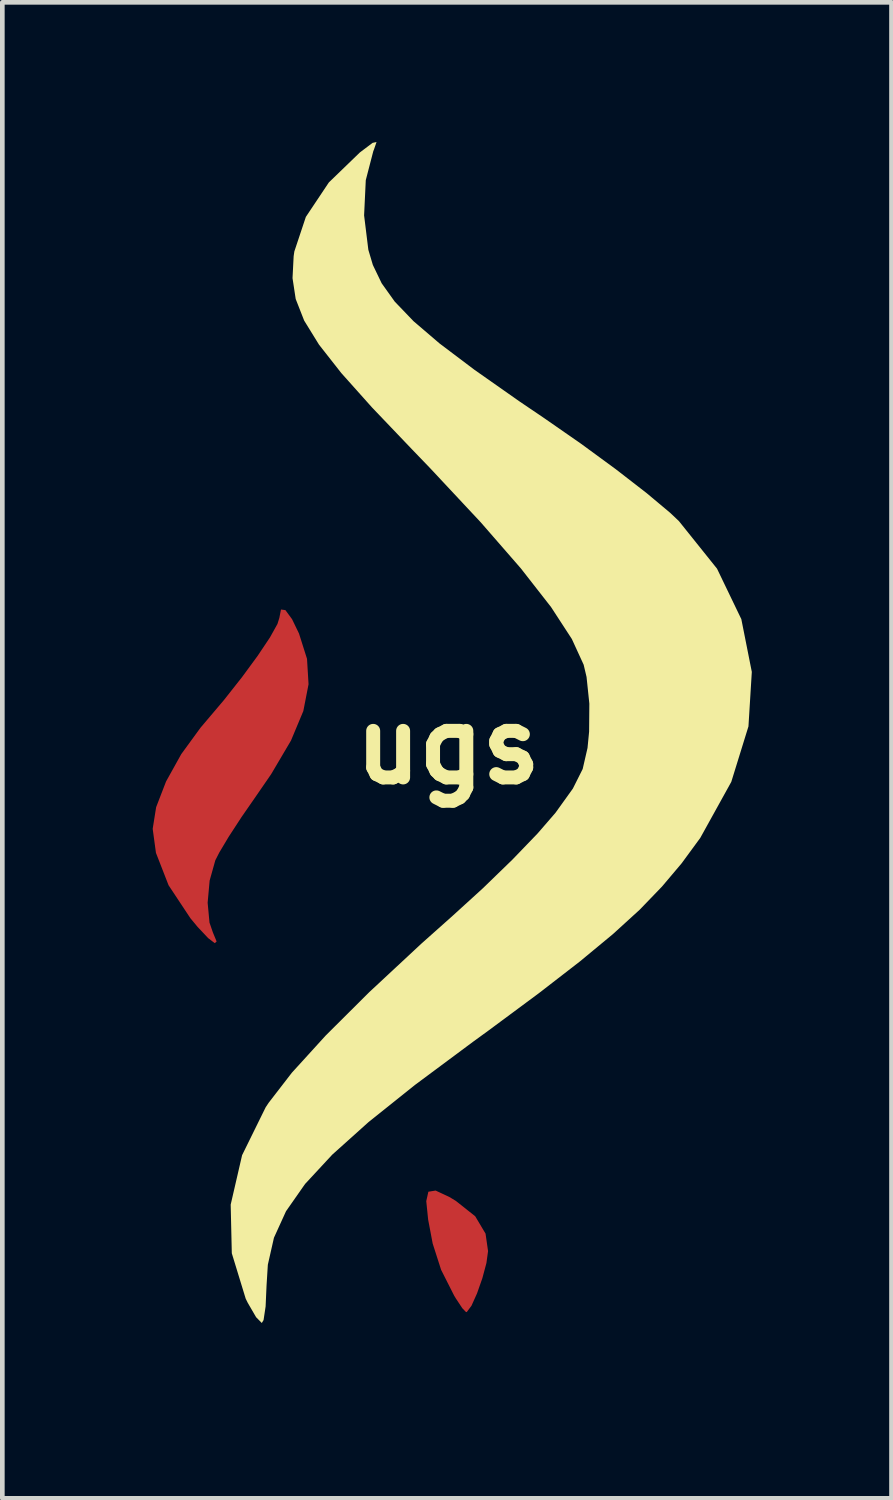
<source format=kicad_pcb>
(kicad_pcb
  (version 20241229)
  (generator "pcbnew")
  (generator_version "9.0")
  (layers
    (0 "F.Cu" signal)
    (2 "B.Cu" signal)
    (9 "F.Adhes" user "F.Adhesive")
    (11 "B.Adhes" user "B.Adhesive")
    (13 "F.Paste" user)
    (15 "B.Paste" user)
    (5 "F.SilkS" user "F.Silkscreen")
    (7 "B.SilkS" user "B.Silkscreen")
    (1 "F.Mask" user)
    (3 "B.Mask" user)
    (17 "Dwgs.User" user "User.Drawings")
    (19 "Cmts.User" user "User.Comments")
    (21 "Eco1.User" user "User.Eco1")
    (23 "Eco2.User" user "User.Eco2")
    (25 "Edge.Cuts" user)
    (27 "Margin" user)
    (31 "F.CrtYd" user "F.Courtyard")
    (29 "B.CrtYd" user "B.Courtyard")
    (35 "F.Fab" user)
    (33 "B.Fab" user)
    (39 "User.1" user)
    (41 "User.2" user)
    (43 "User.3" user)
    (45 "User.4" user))
  (footprint "ugs"
    (layer "F.Cu")
    (at 6.571 12.967)
    (property "Reference" "ugs" (at 0 0 0) (layer "F.SilkS") (effects (font (size 1.5 1.5) (thickness 0.3))))
    (attr board_only exclude_from_pos_files exclude_from_bom)
    (fp_poly (pts (xy 0.023 9.685) (xy 0.168 9.772) (xy 0.584 10.102) (xy 0.806 10.475) (xy 0.86 10.85) (xy 0.825 11.106) (xy 0.738 11.431) (xy 0.623 11.759) (xy 0.504 12.023) (xy 0.405 12.156) (xy 0.388 12.161) (xy 0.307 12.077) (xy 0.169 11.868) (xy 0.132 11.807) (xy -0.148 11.253) (xy -0.329 10.689) (xy -0.427 10.172) (xy -0.467 9.777) (xy -0.422 9.575) (xy -0.266 9.55)) (stroke (width 0) (type solid)) (fill yes) (layer "F.Cu"))
    (fp_poly (pts (xy -3.492 -2.915) (xy -3.349 -2.72) (xy -3.2 -2.412) (xy -3.028 -1.869) (xy -2.995 -1.323) (xy -3.107 -0.748) (xy -3.372 -0.114) (xy -3.798 0.608) (xy -4.129 1.089) (xy -4.436 1.532) (xy -4.709 1.951) (xy -4.912 2.291) (xy -4.997 2.458) (xy -5.119 2.893) (xy -5.162 3.369) (xy -5.122 3.796) (xy -5.049 4.008) (xy -4.969 4.201) (xy -5.009 4.237) (xy -5.151 4.129) (xy -5.377 3.889) (xy -5.532 3.702) (xy -6.001 2.994) (xy -6.272 2.298) (xy -6.342 1.782) (xy -6.268 1.317) (xy -6.055 0.765) (xy -5.728 0.177) (xy -5.314 -0.391) (xy -5.223 -0.498) (xy -4.81 -0.986) (xy -4.422 -1.478) (xy -4.086 -1.936) (xy -3.824 -2.328) (xy -3.663 -2.617) (xy -3.622 -2.748) (xy -3.587 -2.928)) (stroke (width 0) (type solid)) (fill yes) (layer "F.Cu"))
    (fp_poly (pts (xy 0.023 9.685) (xy 0.168 9.772) (xy 0.584 10.102) (xy 0.806 10.475) (xy 0.86 10.85) (xy 0.825 11.106) (xy 0.738 11.431) (xy 0.623 11.759) (xy 0.504 12.023) (xy 0.405 12.156) (xy 0.388 12.161) (xy 0.307 12.077) (xy 0.169 11.868) (xy 0.132 11.807) (xy -0.148 11.253) (xy -0.329 10.689) (xy -0.427 10.172) (xy -0.467 9.777) (xy -0.422 9.575) (xy -0.266 9.55)) (stroke (width 0) (type solid)) (fill yes) (layer "F.Mask"))
    (fp_poly (pts (xy -3.492 -2.915) (xy -3.349 -2.72) (xy -3.2 -2.412) (xy -3.028 -1.869) (xy -2.995 -1.323) (xy -3.107 -0.748) (xy -3.372 -0.114) (xy -3.798 0.608) (xy -4.129 1.089) (xy -4.436 1.532) (xy -4.709 1.951) (xy -4.912 2.291) (xy -4.997 2.458) (xy -5.119 2.893) (xy -5.162 3.369) (xy -5.122 3.796) (xy -5.049 4.008) (xy -4.969 4.201) (xy -5.009 4.237) (xy -5.151 4.129) (xy -5.377 3.889) (xy -5.532 3.702) (xy -6.001 2.994) (xy -6.272 2.298) (xy -6.342 1.782) (xy -6.268 1.317) (xy -6.055 0.765) (xy -5.728 0.177) (xy -5.314 -0.391) (xy -5.223 -0.498) (xy -4.81 -0.986) (xy -4.422 -1.478) (xy -4.086 -1.936) (xy -3.824 -2.328) (xy -3.663 -2.617) (xy -3.622 -2.748) (xy -3.587 -2.928)) (stroke (width 0) (type solid)) (fill yes) (layer "F.Mask"))
    (fp_poly (pts (xy -1.592 -12.801) (xy -1.604 -12.773) (xy -1.766 -12.148) (xy -1.802 -11.392) (xy -1.711 -10.653) (xy -1.614 -10.327) (xy -1.425 -9.934) (xy -1.144 -9.54) (xy -0.739 -9.118) (xy -0.18 -8.64) (xy 0.566 -8.077) (xy 1.53 -7.4) (xy 2.066 -7.037) (xy 2.849 -6.493) (xy 3.604 -5.94) (xy 4.266 -5.427) (xy 4.771 -5.004) (xy 4.959 -4.826) (xy 5.777 -3.805) (xy 6.299 -2.721) (xy 6.524 -1.588) (xy 6.452 -0.418) (xy 6.083 0.774) (xy 5.417 1.977) (xy 5.015 2.525) (xy 4.595 3.022) (xy 4.117 3.518) (xy 3.541 4.043) (xy 2.832 4.63) (xy 1.952 5.311) (xy 0.862 6.119) (xy 0.536 6.356) (xy -0.707 7.28) (xy -1.706 8.079) (xy -2.486 8.779) (xy -3.07 9.409) (xy -3.479 9.994) (xy -3.738 10.563) (xy -3.869 11.142) (xy -3.897 11.59) (xy -3.917 12.039) (xy -3.961 12.331) (xy -3.999 12.394) (xy -4.121 12.27) (xy -4.3 11.962) (xy -4.345 11.871) (xy -4.643 10.897) (xy -4.667 9.852) (xy -4.422 8.79) (xy -3.916 7.762) (xy -3.851 7.664) (xy -3.353 7.019) (xy -2.626 6.22) (xy -1.69 5.288) (xy -0.568 4.244) (xy 0.101 3.648) (xy 0.752 3.055) (xy 1.384 2.442) (xy 1.925 1.88) (xy 2.304 1.442) (xy 2.311 1.433) (xy 2.681 0.918) (xy 2.892 0.497) (xy 2.996 0.045) (xy 3.03 -0.304) (xy 3.035 -0.907) (xy 2.975 -1.48) (xy 2.913 -1.742) (xy 2.659 -2.295) (xy 2.213 -2.98) (xy 1.564 -3.811) (xy 0.703 -4.8) (xy -0.384 -5.963) (xy -0.768 -6.362) (xy -1.633 -7.268) (xy -2.292 -8.006) (xy -2.77 -8.615) (xy -3.089 -9.132) (xy -3.271 -9.596) (xy -3.339 -10.044) (xy -3.315 -10.514) (xy -3.3 -10.617) (xy -3.053 -11.359) (xy -2.559 -12.099) (xy -1.893 -12.743) (xy -1.62 -12.949) (xy -1.535 -12.967)) (stroke (width 0) (type solid)) (fill yes) (layer "F.SilkS"))
    (zone (net_name "") (layer "F.Cu") (hatch edge 0.5) (connect_pads) (min_thickness 0.25) (filled_areas_thickness no) (keepout (tracks not_allowed) (vias not_allowed) (pads not_allowed) (copperpour not_allowed) (footprints allowed)) (placement (enabled no)) (fill) (polygon (pts (xy 6.771 22.65) (xy 6.974 22.772) (xy 7.558 23.236) (xy 7.87 23.759) (xy 7.945 24.285) (xy 7.896 24.644) (xy 7.773 25.1) (xy 7.612 25.561) (xy 7.445 25.931) (xy 7.306 26.119) (xy 7.282 26.126) (xy 7.169 26.007) (xy 6.975 25.714) (xy 6.924 25.629) (xy 6.531 24.851) (xy 6.276 24.06) (xy 6.138 23.333) (xy 6.082 22.779) (xy 6.146 22.496) (xy 6.364 22.46))))
    (zone (net_name "") (layer "F.Cu") (hatch edge 0.5) (connect_pads) (min_thickness 0.25) (filled_areas_thickness no) (keepout (tracks not_allowed) (vias not_allowed) (pads not_allowed) (copperpour not_allowed) (footprints allowed)) (placement (enabled no)) (fill) (polygon (pts (xy 4 8.426) (xy 4.2 8.7) (xy 4.41 9.132) (xy 4.651 9.895) (xy 4.698 10.66) (xy 4.54 11.468) (xy 4.168 12.358) (xy 3.571 13.371) (xy 3.106 14.046) (xy 2.675 14.667) (xy 2.291 15.255) (xy 2.006 15.733) (xy 1.887 15.968) (xy 1.716 16.578) (xy 1.656 17.247) (xy 1.712 17.846) (xy 1.814 18.144) (xy 1.927 18.414) (xy 1.871 18.465) (xy 1.671 18.314) (xy 1.355 17.977) (xy 1.136 17.714) (xy 0.478 16.72) (xy 0.097 15.743) (xy 0 15.019) (xy 0.103 14.366) (xy 0.402 13.591) (xy 0.861 12.767) (xy 1.443 11.969) (xy 1.571 11.819) (xy 2.15 11.133) (xy 2.694 10.444) (xy 3.167 9.8) (xy 3.534 9.25) (xy 3.76 8.844) (xy 3.817 8.661) (xy 3.866 8.407)))))
  (gr_rect
    (start -3 -3)
    (end 16.095 29.126)
    (stroke (width 0.1) (type default))
    (fill no)
    (layer "Edge.Cuts")))
</source>
